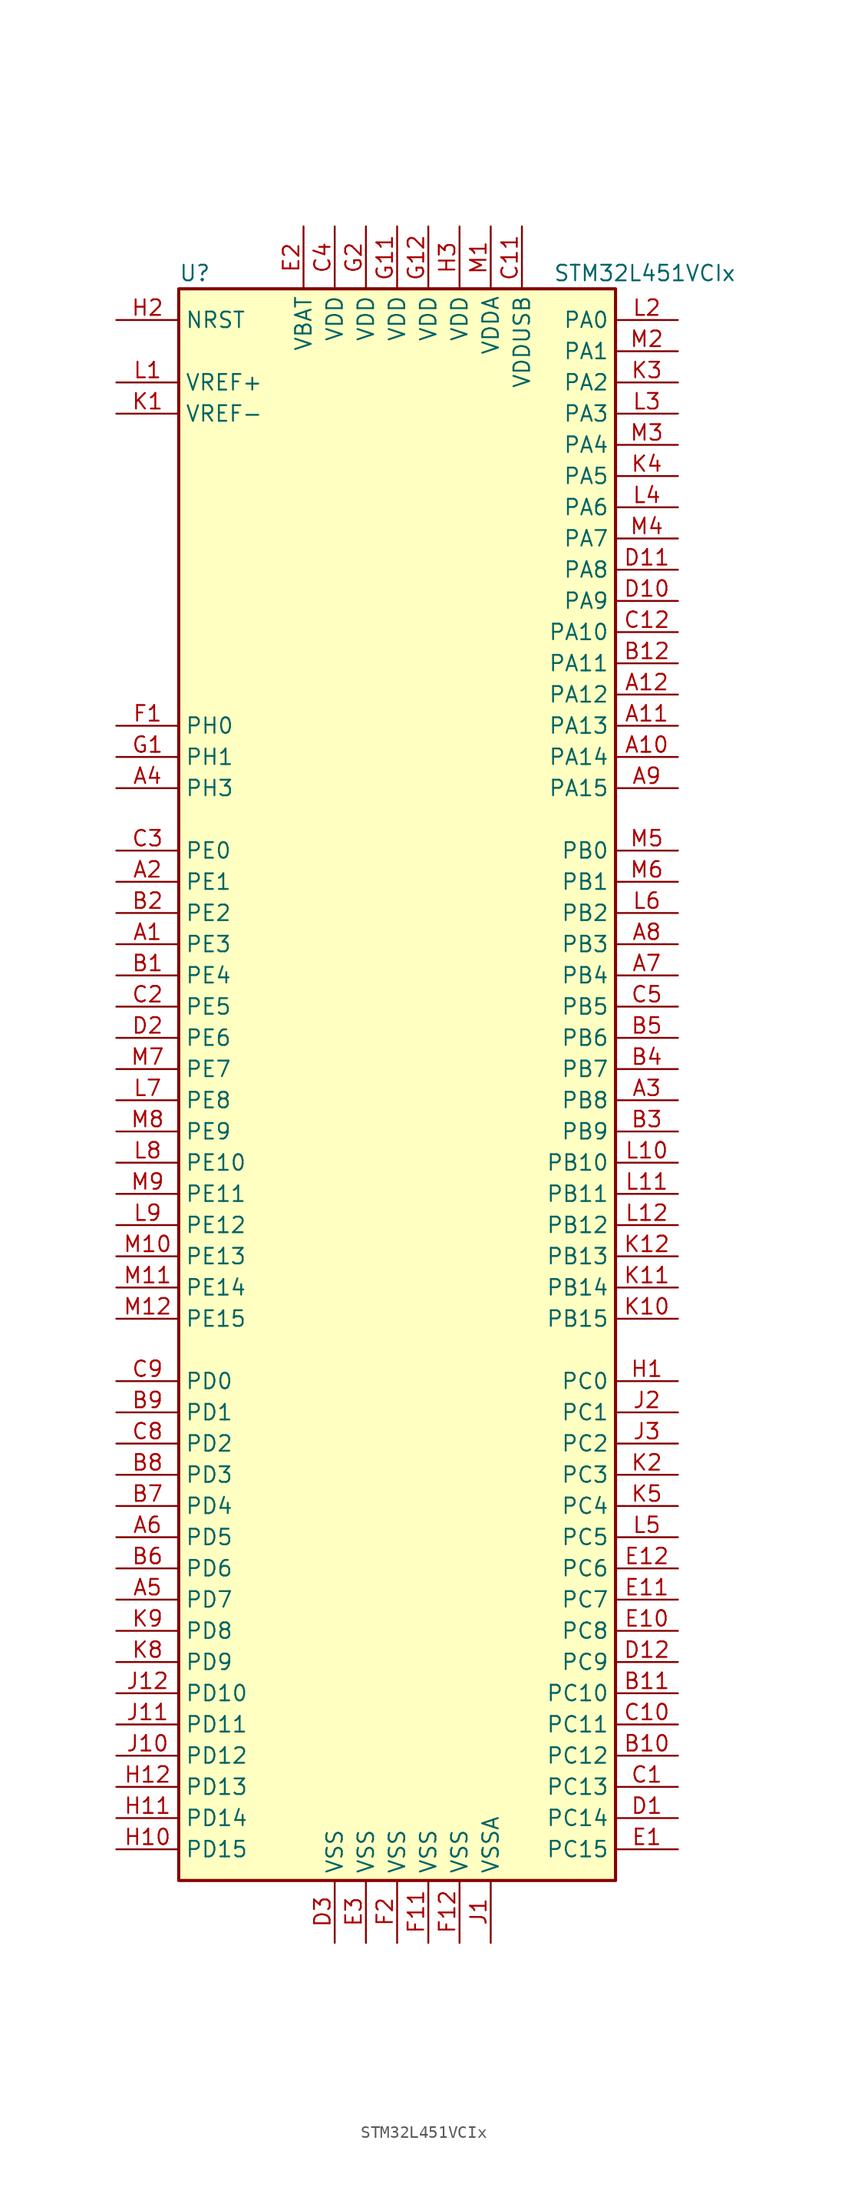
<source format=kicad_sym>
(kicad_symbol_lib
  (version 20201005)
  (generator kicad_symbol_editor)
  (symbol "STM32L451VCIx"
    (property "Reference" "U"
      (at -17.78 64.77 0)
      (effects (font (size 1.27 1.27)) (justify left)))
    (property "Value" "STM32L451VCIx"
      (at 12.7 64.77 0)
      (effects (font (size 1.27 1.27)) (justify left)))
    (symbol "STM32L451VCIx_0_1"
      (rectangle (start -17.78 -66.04) (end 17.78 63.5) (stroke (width 0.254)) (fill (type background))))
    (symbol "STM32L451VCIx_1_1"
      (pin input line (at -22.86 60.96 0) (length 5.08) (name "NRST" (effects (font (size 1.27 1.27)))) (number "H2" (effects (font (size 1.27 1.27)))))
      (pin bidirectional line (at 22.86 60.96 180) (length 5.08) (name "PA0" (effects (font (size 1.27 1.27)))) (number "L2" (effects (font (size 1.27 1.27)))))
      (pin bidirectional line (at 22.86 58.42 180) (length 5.08) (name "PA1" (effects (font (size 1.27 1.27)))) (number "M2" (effects (font (size 1.27 1.27)))))
      (pin bidirectional line (at 22.86 35.56 180) (length 5.08) (name "PA10" (effects (font (size 1.27 1.27)))) (number "C12" (effects (font (size 1.27 1.27)))))
      (pin bidirectional line (at 22.86 33.02 180) (length 5.08) (name "PA11" (effects (font (size 1.27 1.27)))) (number "B12" (effects (font (size 1.27 1.27)))))
      (pin bidirectional line (at 22.86 30.48 180) (length 5.08) (name "PA12" (effects (font (size 1.27 1.27)))) (number "A12" (effects (font (size 1.27 1.27)))))
      (pin bidirectional line (at 22.86 27.94 180) (length 5.08) (name "PA13" (effects (font (size 1.27 1.27)))) (number "A11" (effects (font (size 1.27 1.27)))))
      (pin bidirectional line (at 22.86 25.4 180) (length 5.08) (name "PA14" (effects (font (size 1.27 1.27)))) (number "A10" (effects (font (size 1.27 1.27)))))
      (pin bidirectional line (at 22.86 22.86 180) (length 5.08) (name "PA15" (effects (font (size 1.27 1.27)))) (number "A9" (effects (font (size 1.27 1.27)))))
      (pin bidirectional line (at 22.86 55.88 180) (length 5.08) (name "PA2" (effects (font (size 1.27 1.27)))) (number "K3" (effects (font (size 1.27 1.27)))))
      (pin bidirectional line (at 22.86 53.34 180) (length 5.08) (name "PA3" (effects (font (size 1.27 1.27)))) (number "L3" (effects (font (size 1.27 1.27)))))
      (pin bidirectional line (at 22.86 50.8 180) (length 5.08) (name "PA4" (effects (font (size 1.27 1.27)))) (number "M3" (effects (font (size 1.27 1.27)))))
      (pin bidirectional line (at 22.86 48.26 180) (length 5.08) (name "PA5" (effects (font (size 1.27 1.27)))) (number "K4" (effects (font (size 1.27 1.27)))))
      (pin bidirectional line (at 22.86 45.72 180) (length 5.08) (name "PA6" (effects (font (size 1.27 1.27)))) (number "L4" (effects (font (size 1.27 1.27)))))
      (pin bidirectional line (at 22.86 43.18 180) (length 5.08) (name "PA7" (effects (font (size 1.27 1.27)))) (number "M4" (effects (font (size 1.27 1.27)))))
      (pin bidirectional line (at 22.86 40.64 180) (length 5.08) (name "PA8" (effects (font (size 1.27 1.27)))) (number "D11" (effects (font (size 1.27 1.27)))))
      (pin bidirectional line (at 22.86 38.1 180) (length 5.08) (name "PA9" (effects (font (size 1.27 1.27)))) (number "D10" (effects (font (size 1.27 1.27)))))
      (pin bidirectional line (at 22.86 17.78 180) (length 5.08) (name "PB0" (effects (font (size 1.27 1.27)))) (number "M5" (effects (font (size 1.27 1.27)))))
      (pin bidirectional line (at 22.86 15.24 180) (length 5.08) (name "PB1" (effects (font (size 1.27 1.27)))) (number "M6" (effects (font (size 1.27 1.27)))))
      (pin bidirectional line (at 22.86 -7.62 180) (length 5.08) (name "PB10" (effects (font (size 1.27 1.27)))) (number "L10" (effects (font (size 1.27 1.27)))))
      (pin bidirectional line (at 22.86 -10.16 180) (length 5.08) (name "PB11" (effects (font (size 1.27 1.27)))) (number "L11" (effects (font (size 1.27 1.27)))))
      (pin bidirectional line (at 22.86 -12.7 180) (length 5.08) (name "PB12" (effects (font (size 1.27 1.27)))) (number "L12" (effects (font (size 1.27 1.27)))))
      (pin bidirectional line (at 22.86 -15.24 180) (length 5.08) (name "PB13" (effects (font (size 1.27 1.27)))) (number "K12" (effects (font (size 1.27 1.27)))))
      (pin bidirectional line (at 22.86 -17.78 180) (length 5.08) (name "PB14" (effects (font (size 1.27 1.27)))) (number "K11" (effects (font (size 1.27 1.27)))))
      (pin bidirectional line (at 22.86 -20.32 180) (length 5.08) (name "PB15" (effects (font (size 1.27 1.27)))) (number "K10" (effects (font (size 1.27 1.27)))))
      (pin bidirectional line (at 22.86 12.7 180) (length 5.08) (name "PB2" (effects (font (size 1.27 1.27)))) (number "L6" (effects (font (size 1.27 1.27)))))
      (pin bidirectional line (at 22.86 10.16 180) (length 5.08) (name "PB3" (effects (font (size 1.27 1.27)))) (number "A8" (effects (font (size 1.27 1.27)))))
      (pin bidirectional line (at 22.86 7.62 180) (length 5.08) (name "PB4" (effects (font (size 1.27 1.27)))) (number "A7" (effects (font (size 1.27 1.27)))))
      (pin bidirectional line (at 22.86 5.08 180) (length 5.08) (name "PB5" (effects (font (size 1.27 1.27)))) (number "C5" (effects (font (size 1.27 1.27)))))
      (pin bidirectional line (at 22.86 2.54 180) (length 5.08) (name "PB6" (effects (font (size 1.27 1.27)))) (number "B5" (effects (font (size 1.27 1.27)))))
      (pin bidirectional line (at 22.86 0 180) (length 5.08) (name "PB7" (effects (font (size 1.27 1.27)))) (number "B4" (effects (font (size 1.27 1.27)))))
      (pin bidirectional line (at 22.86 -2.54 180) (length 5.08) (name "PB8" (effects (font (size 1.27 1.27)))) (number "A3" (effects (font (size 1.27 1.27)))))
      (pin bidirectional line (at 22.86 -5.08 180) (length 5.08) (name "PB9" (effects (font (size 1.27 1.27)))) (number "B3" (effects (font (size 1.27 1.27)))))
      (pin bidirectional line (at 22.86 -25.4 180) (length 5.08) (name "PC0" (effects (font (size 1.27 1.27)))) (number "H1" (effects (font (size 1.27 1.27)))))
      (pin bidirectional line (at 22.86 -27.94 180) (length 5.08) (name "PC1" (effects (font (size 1.27 1.27)))) (number "J2" (effects (font (size 1.27 1.27)))))
      (pin bidirectional line (at 22.86 -50.8 180) (length 5.08) (name "PC10" (effects (font (size 1.27 1.27)))) (number "B11" (effects (font (size 1.27 1.27)))))
      (pin bidirectional line (at 22.86 -53.34 180) (length 5.08) (name "PC11" (effects (font (size 1.27 1.27)))) (number "C10" (effects (font (size 1.27 1.27)))))
      (pin bidirectional line (at 22.86 -55.88 180) (length 5.08) (name "PC12" (effects (font (size 1.27 1.27)))) (number "B10" (effects (font (size 1.27 1.27)))))
      (pin bidirectional line (at 22.86 -58.42 180) (length 5.08) (name "PC13" (effects (font (size 1.27 1.27)))) (number "C1" (effects (font (size 1.27 1.27)))))
      (pin bidirectional line (at 22.86 -60.96 180) (length 5.08) (name "PC14" (effects (font (size 1.27 1.27)))) (number "D1" (effects (font (size 1.27 1.27)))))
      (pin bidirectional line (at 22.86 -63.5 180) (length 5.08) (name "PC15" (effects (font (size 1.27 1.27)))) (number "E1" (effects (font (size 1.27 1.27)))))
      (pin bidirectional line (at 22.86 -30.48 180) (length 5.08) (name "PC2" (effects (font (size 1.27 1.27)))) (number "J3" (effects (font (size 1.27 1.27)))))
      (pin bidirectional line (at 22.86 -33.02 180) (length 5.08) (name "PC3" (effects (font (size 1.27 1.27)))) (number "K2" (effects (font (size 1.27 1.27)))))
      (pin bidirectional line (at 22.86 -35.56 180) (length 5.08) (name "PC4" (effects (font (size 1.27 1.27)))) (number "K5" (effects (font (size 1.27 1.27)))))
      (pin bidirectional line (at 22.86 -38.1 180) (length 5.08) (name "PC5" (effects (font (size 1.27 1.27)))) (number "L5" (effects (font (size 1.27 1.27)))))
      (pin bidirectional line (at 22.86 -40.64 180) (length 5.08) (name "PC6" (effects (font (size 1.27 1.27)))) (number "E12" (effects (font (size 1.27 1.27)))))
      (pin bidirectional line (at 22.86 -43.18 180) (length 5.08) (name "PC7" (effects (font (size 1.27 1.27)))) (number "E11" (effects (font (size 1.27 1.27)))))
      (pin bidirectional line (at 22.86 -45.72 180) (length 5.08) (name "PC8" (effects (font (size 1.27 1.27)))) (number "E10" (effects (font (size 1.27 1.27)))))
      (pin bidirectional line (at 22.86 -48.26 180) (length 5.08) (name "PC9" (effects (font (size 1.27 1.27)))) (number "D12" (effects (font (size 1.27 1.27)))))
      (pin bidirectional line (at -22.86 -25.4 0) (length 5.08) (name "PD0" (effects (font (size 1.27 1.27)))) (number "C9" (effects (font (size 1.27 1.27)))))
      (pin bidirectional line (at -22.86 -27.94 0) (length 5.08) (name "PD1" (effects (font (size 1.27 1.27)))) (number "B9" (effects (font (size 1.27 1.27)))))
      (pin bidirectional line (at -22.86 -50.8 0) (length 5.08) (name "PD10" (effects (font (size 1.27 1.27)))) (number "J12" (effects (font (size 1.27 1.27)))))
      (pin bidirectional line (at -22.86 -53.34 0) (length 5.08) (name "PD11" (effects (font (size 1.27 1.27)))) (number "J11" (effects (font (size 1.27 1.27)))))
      (pin bidirectional line (at -22.86 -55.88 0) (length 5.08) (name "PD12" (effects (font (size 1.27 1.27)))) (number "J10" (effects (font (size 1.27 1.27)))))
      (pin bidirectional line (at -22.86 -58.42 0) (length 5.08) (name "PD13" (effects (font (size 1.27 1.27)))) (number "H12" (effects (font (size 1.27 1.27)))))
      (pin bidirectional line (at -22.86 -60.96 0) (length 5.08) (name "PD14" (effects (font (size 1.27 1.27)))) (number "H11" (effects (font (size 1.27 1.27)))))
      (pin bidirectional line (at -22.86 -63.5 0) (length 5.08) (name "PD15" (effects (font (size 1.27 1.27)))) (number "H10" (effects (font (size 1.27 1.27)))))
      (pin bidirectional line (at -22.86 -30.48 0) (length 5.08) (name "PD2" (effects (font (size 1.27 1.27)))) (number "C8" (effects (font (size 1.27 1.27)))))
      (pin bidirectional line (at -22.86 -33.02 0) (length 5.08) (name "PD3" (effects (font (size 1.27 1.27)))) (number "B8" (effects (font (size 1.27 1.27)))))
      (pin bidirectional line (at -22.86 -35.56 0) (length 5.08) (name "PD4" (effects (font (size 1.27 1.27)))) (number "B7" (effects (font (size 1.27 1.27)))))
      (pin bidirectional line (at -22.86 -38.1 0) (length 5.08) (name "PD5" (effects (font (size 1.27 1.27)))) (number "A6" (effects (font (size 1.27 1.27)))))
      (pin bidirectional line (at -22.86 -40.64 0) (length 5.08) (name "PD6" (effects (font (size 1.27 1.27)))) (number "B6" (effects (font (size 1.27 1.27)))))
      (pin bidirectional line (at -22.86 -43.18 0) (length 5.08) (name "PD7" (effects (font (size 1.27 1.27)))) (number "A5" (effects (font (size 1.27 1.27)))))
      (pin bidirectional line (at -22.86 -45.72 0) (length 5.08) (name "PD8" (effects (font (size 1.27 1.27)))) (number "K9" (effects (font (size 1.27 1.27)))))
      (pin bidirectional line (at -22.86 -48.26 0) (length 5.08) (name "PD9" (effects (font (size 1.27 1.27)))) (number "K8" (effects (font (size 1.27 1.27)))))
      (pin bidirectional line (at -22.86 17.78 0) (length 5.08) (name "PE0" (effects (font (size 1.27 1.27)))) (number "C3" (effects (font (size 1.27 1.27)))))
      (pin bidirectional line (at -22.86 15.24 0) (length 5.08) (name "PE1" (effects (font (size 1.27 1.27)))) (number "A2" (effects (font (size 1.27 1.27)))))
      (pin bidirectional line (at -22.86 -7.62 0) (length 5.08) (name "PE10" (effects (font (size 1.27 1.27)))) (number "L8" (effects (font (size 1.27 1.27)))))
      (pin bidirectional line (at -22.86 -10.16 0) (length 5.08) (name "PE11" (effects (font (size 1.27 1.27)))) (number "M9" (effects (font (size 1.27 1.27)))))
      (pin bidirectional line (at -22.86 -12.7 0) (length 5.08) (name "PE12" (effects (font (size 1.27 1.27)))) (number "L9" (effects (font (size 1.27 1.27)))))
      (pin bidirectional line (at -22.86 -15.24 0) (length 5.08) (name "PE13" (effects (font (size 1.27 1.27)))) (number "M10" (effects (font (size 1.27 1.27)))))
      (pin bidirectional line (at -22.86 -17.78 0) (length 5.08) (name "PE14" (effects (font (size 1.27 1.27)))) (number "M11" (effects (font (size 1.27 1.27)))))
      (pin bidirectional line (at -22.86 -20.32 0) (length 5.08) (name "PE15" (effects (font (size 1.27 1.27)))) (number "M12" (effects (font (size 1.27 1.27)))))
      (pin bidirectional line (at -22.86 12.7 0) (length 5.08) (name "PE2" (effects (font (size 1.27 1.27)))) (number "B2" (effects (font (size 1.27 1.27)))))
      (pin bidirectional line (at -22.86 10.16 0) (length 5.08) (name "PE3" (effects (font (size 1.27 1.27)))) (number "A1" (effects (font (size 1.27 1.27)))))
      (pin bidirectional line (at -22.86 7.62 0) (length 5.08) (name "PE4" (effects (font (size 1.27 1.27)))) (number "B1" (effects (font (size 1.27 1.27)))))
      (pin bidirectional line (at -22.86 5.08 0) (length 5.08) (name "PE5" (effects (font (size 1.27 1.27)))) (number "C2" (effects (font (size 1.27 1.27)))))
      (pin bidirectional line (at -22.86 2.54 0) (length 5.08) (name "PE6" (effects (font (size 1.27 1.27)))) (number "D2" (effects (font (size 1.27 1.27)))))
      (pin bidirectional line (at -22.86 0 0) (length 5.08) (name "PE7" (effects (font (size 1.27 1.27)))) (number "M7" (effects (font (size 1.27 1.27)))))
      (pin bidirectional line (at -22.86 -2.54 0) (length 5.08) (name "PE8" (effects (font (size 1.27 1.27)))) (number "L7" (effects (font (size 1.27 1.27)))))
      (pin bidirectional line (at -22.86 -5.08 0) (length 5.08) (name "PE9" (effects (font (size 1.27 1.27)))) (number "M8" (effects (font (size 1.27 1.27)))))
      (pin input line (at -22.86 27.94 0) (length 5.08) (name "PH0" (effects (font (size 1.27 1.27)))) (number "F1" (effects (font (size 1.27 1.27)))))
      (pin input line (at -22.86 25.4 0) (length 5.08) (name "PH1" (effects (font (size 1.27 1.27)))) (number "G1" (effects (font (size 1.27 1.27)))))
      (pin bidirectional line (at -22.86 22.86 0) (length 5.08) (name "PH3" (effects (font (size 1.27 1.27)))) (number "A4" (effects (font (size 1.27 1.27)))))
      (pin power_in line (at -7.62 68.58 270) (length 5.08) (name "VBAT" (effects (font (size 1.27 1.27)))) (number "E2" (effects (font (size 1.27 1.27)))))
      (pin power_in line (at -5.08 68.58 270) (length 5.08) (name "VDD" (effects (font (size 1.27 1.27)))) (number "C4" (effects (font (size 1.27 1.27)))))
      (pin power_in line (at 0 68.58 270) (length 5.08) (name "VDD" (effects (font (size 1.27 1.27)))) (number "G11" (effects (font (size 1.27 1.27)))))
      (pin power_in line (at 2.54 68.58 270) (length 5.08) (name "VDD" (effects (font (size 1.27 1.27)))) (number "G12" (effects (font (size 1.27 1.27)))))
      (pin power_in line (at -2.54 68.58 270) (length 5.08) (name "VDD" (effects (font (size 1.27 1.27)))) (number "G2" (effects (font (size 1.27 1.27)))))
      (pin power_in line (at 5.08 68.58 270) (length 5.08) (name "VDD" (effects (font (size 1.27 1.27)))) (number "H3" (effects (font (size 1.27 1.27)))))
      (pin power_in line (at 7.62 68.58 270) (length 5.08) (name "VDDA" (effects (font (size 1.27 1.27)))) (number "M1" (effects (font (size 1.27 1.27)))))
      (pin power_in line (at 10.16 68.58 270) (length 5.08) (name "VDDUSB" (effects (font (size 1.27 1.27)))) (number "C11" (effects (font (size 1.27 1.27)))))
      (pin bidirectional line (at -22.86 55.88 0) (length 5.08) (name "VREF+" (effects (font (size 1.27 1.27)))) (number "L1" (effects (font (size 1.27 1.27)))))
      (pin power_in line (at -22.86 53.34 0) (length 5.08) (name "VREF-" (effects (font (size 1.27 1.27)))) (number "K1" (effects (font (size 1.27 1.27)))))
      (pin power_in line (at -5.08 -71.12 90) (length 5.08) (name "VSS" (effects (font (size 1.27 1.27)))) (number "D3" (effects (font (size 1.27 1.27)))))
      (pin power_in line (at -2.54 -71.12 90) (length 5.08) (name "VSS" (effects (font (size 1.27 1.27)))) (number "E3" (effects (font (size 1.27 1.27)))))
      (pin power_in line (at 2.54 -71.12 90) (length 5.08) (name "VSS" (effects (font (size 1.27 1.27)))) (number "F11" (effects (font (size 1.27 1.27)))))
      (pin power_in line (at 5.08 -71.12 90) (length 5.08) (name "VSS" (effects (font (size 1.27 1.27)))) (number "F12" (effects (font (size 1.27 1.27)))))
      (pin power_in line (at 0 -71.12 90) (length 5.08) (name "VSS" (effects (font (size 1.27 1.27)))) (number "F2" (effects (font (size 1.27 1.27)))))
      (pin power_in line (at 7.62 -71.12 90) (length 5.08) (name "VSSA" (effects (font (size 1.27 1.27)))) (number "J1" (effects (font (size 1.27 1.27))))))))
</source>
